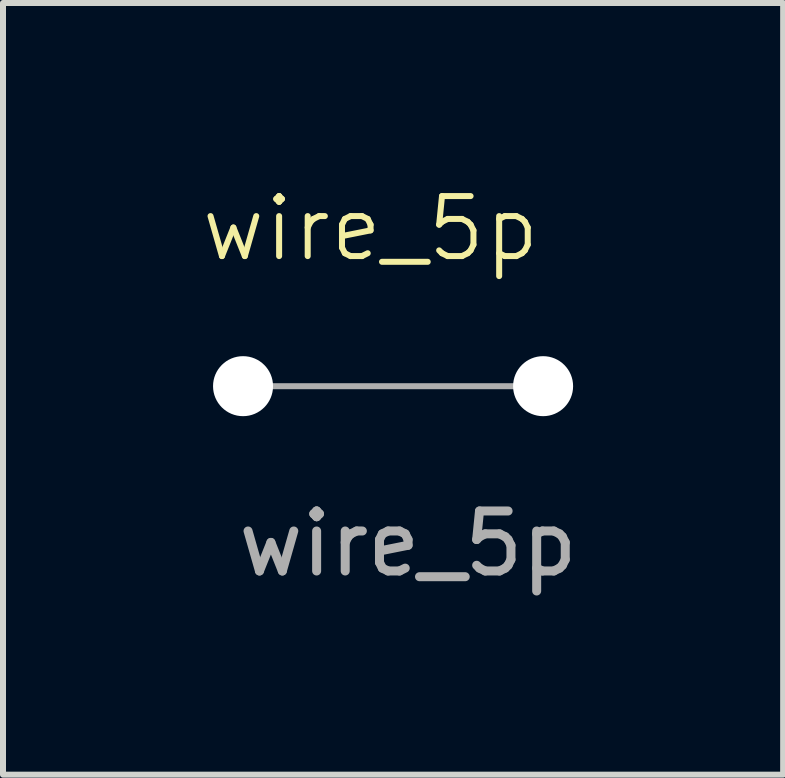
<source format=kicad_pcb>
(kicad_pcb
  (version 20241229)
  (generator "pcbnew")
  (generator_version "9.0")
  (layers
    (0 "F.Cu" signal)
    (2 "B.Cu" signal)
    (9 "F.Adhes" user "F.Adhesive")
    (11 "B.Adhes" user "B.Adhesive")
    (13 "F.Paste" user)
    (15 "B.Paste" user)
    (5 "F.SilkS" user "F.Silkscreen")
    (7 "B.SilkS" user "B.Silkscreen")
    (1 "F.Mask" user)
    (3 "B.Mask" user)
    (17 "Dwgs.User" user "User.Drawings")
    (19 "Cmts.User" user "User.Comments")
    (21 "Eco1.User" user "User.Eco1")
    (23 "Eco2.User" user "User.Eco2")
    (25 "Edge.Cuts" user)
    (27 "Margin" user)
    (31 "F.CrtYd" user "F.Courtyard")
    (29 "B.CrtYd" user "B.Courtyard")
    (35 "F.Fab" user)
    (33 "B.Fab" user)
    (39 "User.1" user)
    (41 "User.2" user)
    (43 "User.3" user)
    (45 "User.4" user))
  (footprint "wire_5p"
    (layer "F.Cu")
    (at 1 3.385)
    (property "Reference" "wire_5p" (at 2.125 -2.625 0) (unlocked yes) (layer "F.SilkS") (effects (font (size 1 1) (thickness 0.1))))
    (attr through_hole)
    (fp_line (start 0 0) (end 5 0) (stroke (width 0.1) (type default)) (layer "F.Fab"))
    (fp_text user "${REFERENCE}" (at 2.75 2.625 0) (unlocked yes) (layer "F.Fab") (effects (font (size 1 1) (thickness 0.15))))
    (pad "1" thru_hole circle (at 0 0) (size 2 2) (drill 1) (layers "*.Cu" "B.Mask") (remove_unused_layers yes) (zone_layer_connections))
    (pad "2" thru_hole circle (at 5 0) (size 2 2) (drill 1) (layers "*.Cu" "B.Mask") (remove_unused_layers yes) (zone_layer_connections)))
  (gr_rect
    (start -3 -3)
    (end 10 9.859)
    (stroke (width 0.1) (type default))
    (fill no)
    (layer "Edge.Cuts")))
</source>
